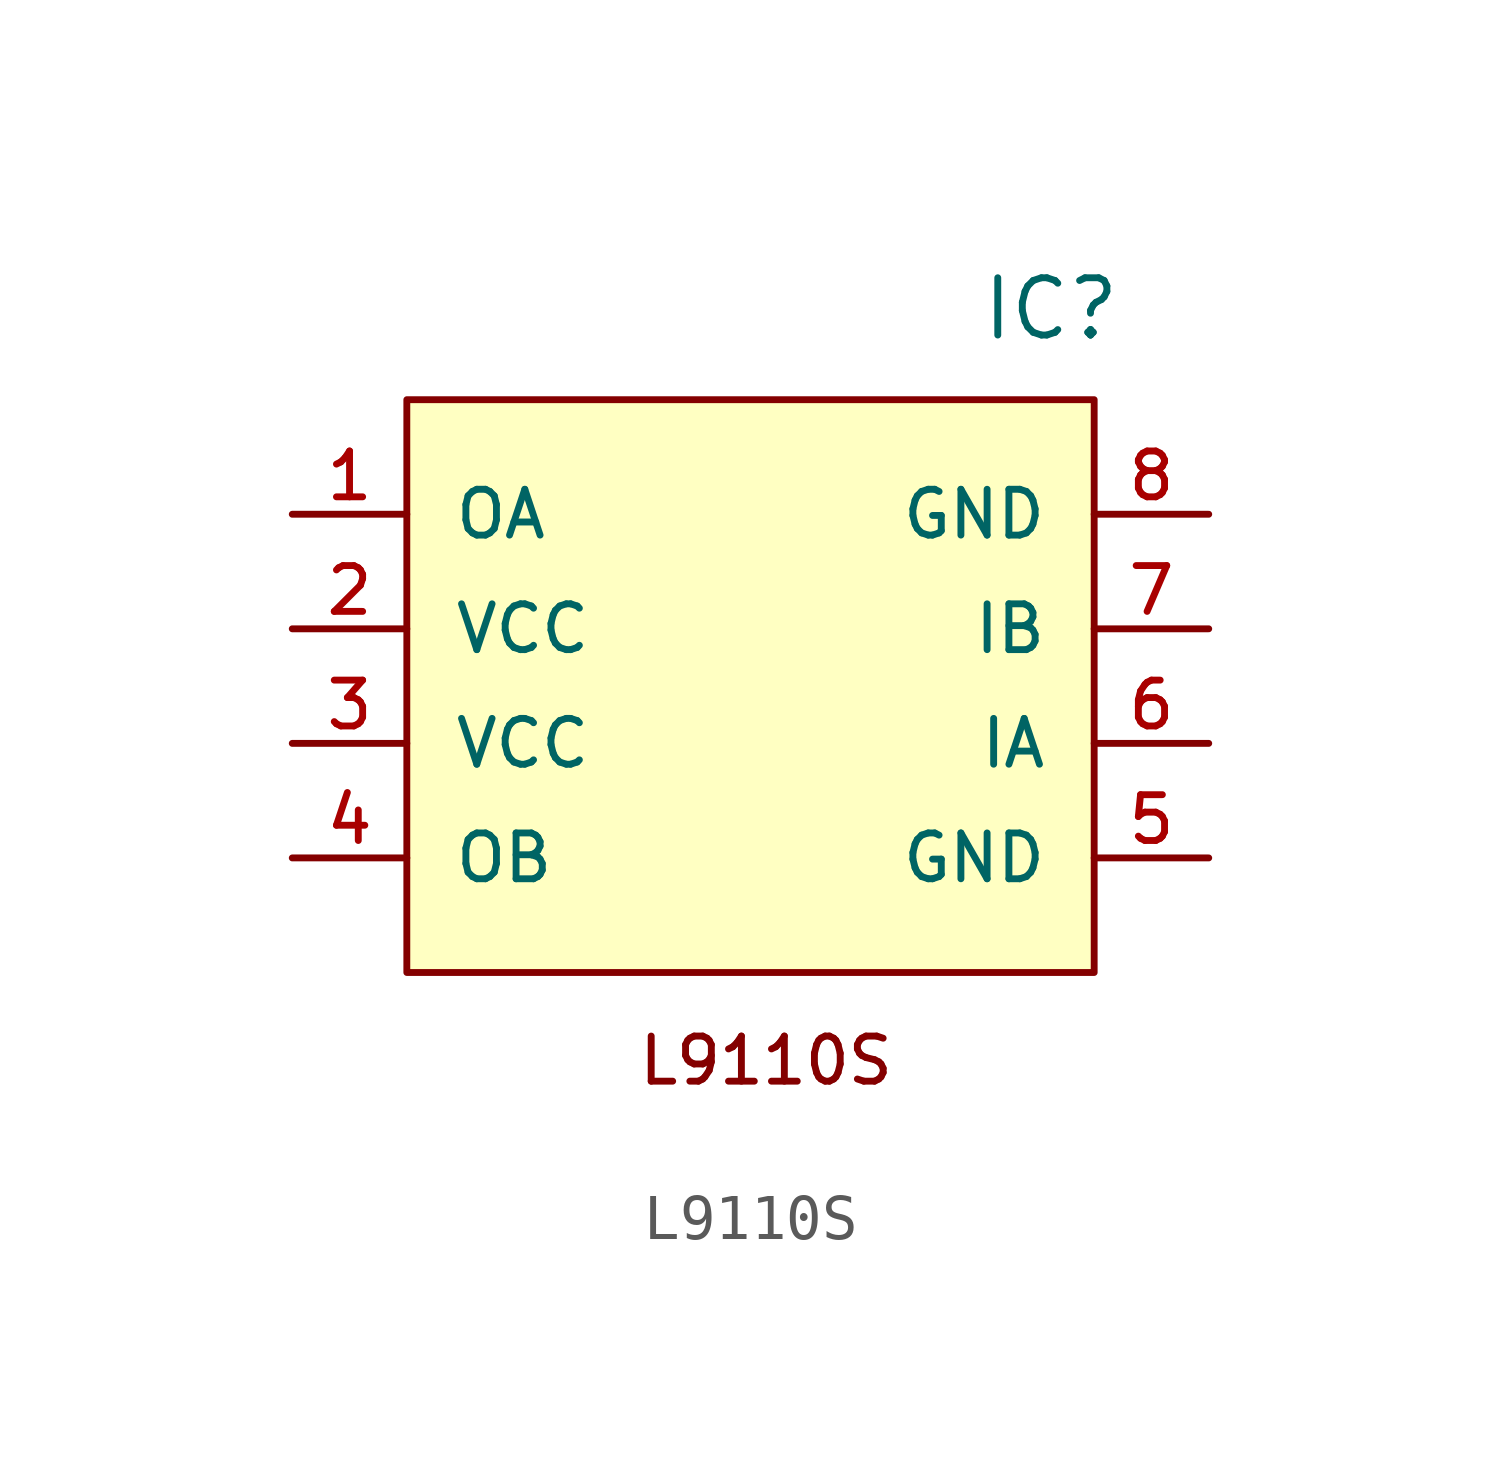
<source format=kicad_sym>
(kicad_symbol_lib
  (version 20211014)
  (generator kicad_symbol_editor)
  (symbol "L9110S"
    (pin_names
      (offset 1.016))
    (property "Reference" "IC"
      (at 5.08 8.89 0)
      (effects (font (size 1.27 1.27)) (justify left bottom)))
    (property "ki_locked" ""
      (at 0 0 0)
      (effects (font (size 1.27 1.27))))
    (symbol "L9110S_0_0"
      (rectangle (start -7.62 -5.08) (end 7.62 7.62) (stroke (width 0.152) (type default) (color 0 0 0 0)) (fill (type background)))
      (text "L9110S" (at -2.54 -7.62 0) (effects (font (size 1 1)) (justify left bottom)))
      (pin output line (at -10.16 5.08 0) (length 2.54) (name "OA" (effects (font (size 1.016 1.016)))) (number "1" (effects (font (size 1.016 1.016)))))
      (pin power_in line (at -10.16 2.54 0) (length 2.54) (name "VCC" (effects (font (size 1.016 1.016)))) (number "2" (effects (font (size 1.016 1.016)))))
      (pin power_in line (at -10.16 0 0) (length 2.54) (name "VCC" (effects (font (size 1.016 1.016)))) (number "3" (effects (font (size 1.016 1.016)))))
      (pin output line (at -10.16 -2.54 0) (length 2.54) (name "OB" (effects (font (size 1.016 1.016)))) (number "4" (effects (font (size 1.016 1.016)))))
      (pin power_in line (at 10.16 -2.54 180) (length 2.54) (name "GND" (effects (font (size 1.016 1.016)))) (number "5" (effects (font (size 1.016 1.016)))))
      (pin input line (at 10.16 0 180) (length 2.54) (name "IA" (effects (font (size 1.016 1.016)))) (number "6" (effects (font (size 1.016 1.016)))))
      (pin input line (at 10.16 2.54 180) (length 2.54) (name "IB" (effects (font (size 1.016 1.016)))) (number "7" (effects (font (size 1.016 1.016)))))
      (pin power_in line (at 10.16 5.08 180) (length 2.54) (name "GND" (effects (font (size 1.016 1.016)))) (number "8" (effects (font (size 1.016 1.016))))))))
</source>
